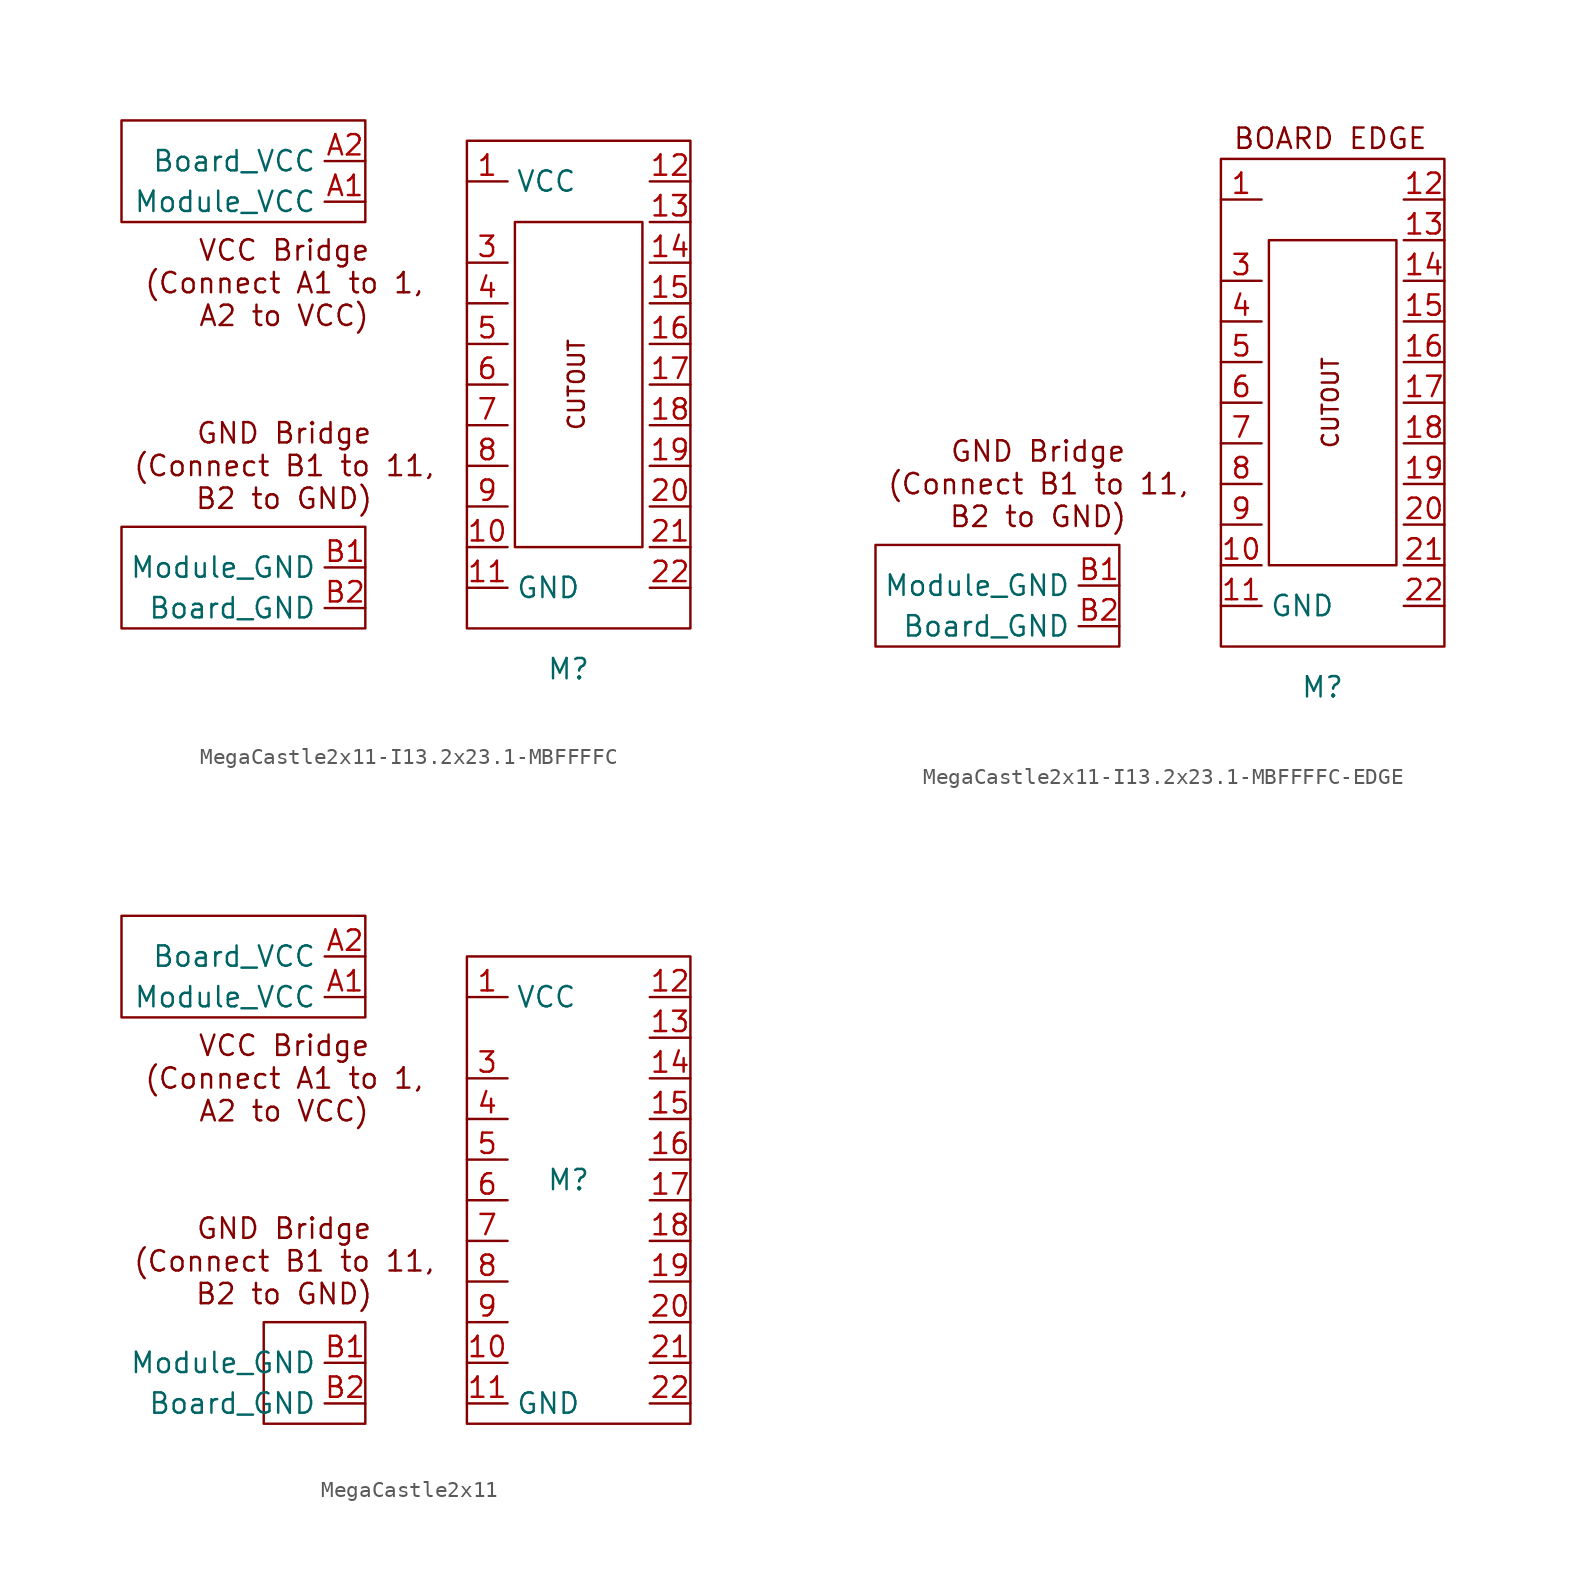
<source format=kicad_sym>
(kicad_symbol_lib
  (version 20231120)
  (generator "kicad_symbol_editor")
  (generator_version "8.0")
  (symbol "MegaCastle2x11-I13.2x23.1-MBFFFFC"
    (property "Reference" "M"
      (at 0 -17.78 0)
      (effects (font (size 1.27 1.27))))
    (property "Value" ""
      (at 0 5.08 0)
      (effects (font (size 1.27 1.27))))
    (symbol "MegaCastle2x11-I13.2x23.1-MBFFFFC_0_1"
      (rectangle (start -27.94 -8.89) (end -12.7 -15.24) (stroke (width 0) (type default)) (fill (type none)))
      (rectangle (start -27.94 16.51) (end -12.7 10.16) (stroke (width 0) (type default)) (fill (type none)))
      (rectangle (start -6.35 15.24) (end 7.62 -15.24) (stroke (width 0) (type default)) (fill (type none)))
      (rectangle (start -3.35 10.16) (end 4.62 -10.16) (stroke (width 0) (type default)) (fill (type none))))
    (symbol "MegaCastle2x11-I13.2x23.1-MBFFFFC_1_1"
      (text "CUTOUT" (at 0.5 0 900) (effects (font (size 1 1))))
      (text "GND Bridge\n(Connect B1 to 11,\nB2 to GND)" (at -17.78 -5.08 0) (effects (font (size 1.27 1.27))))
      (text "VCC Bridge\n(Connect A1 to 1,\nA2 to VCC)" (at -17.78 6.35 0) (effects (font (size 1.27 1.27))))
      (pin bidirectional line (at -6.35 12.7 0) (length 2.54) (name "VCC" (effects (font (size 1.27 1.27)))) (number "1" (effects (font (size 1.27 1.27)))))
      (pin bidirectional line (at -6.35 -10.16 0) (length 2.54) (name "" (effects (font (size 1.27 1.27)))) (number "10" (effects (font (size 1.27 1.27)))))
      (pin bidirectional line (at -6.35 -12.7 0) (length 2.54) (name "GND" (effects (font (size 1.27 1.27)))) (number "11" (effects (font (size 1.27 1.27)))))
      (pin bidirectional line (at 7.62 12.7 180) (length 2.54) (name "" (effects (font (size 1.27 1.27)))) (number "12" (effects (font (size 1.27 1.27)))))
      (pin bidirectional line (at 7.62 10.16 180) (length 2.54) (name "" (effects (font (size 1.27 1.27)))) (number "13" (effects (font (size 1.27 1.27)))))
      (pin bidirectional line (at 7.62 7.62 180) (length 2.54) (name "" (effects (font (size 1.27 1.27)))) (number "14" (effects (font (size 1.27 1.27)))))
      (pin bidirectional line (at 7.62 5.08 180) (length 2.54) (name "" (effects (font (size 1.27 1.27)))) (number "15" (effects (font (size 1.27 1.27)))))
      (pin bidirectional line (at 7.62 2.54 180) (length 2.54) (name "" (effects (font (size 1.27 1.27)))) (number "16" (effects (font (size 1.27 1.27)))))
      (pin bidirectional line (at 7.62 0 180) (length 2.54) (name "" (effects (font (size 1.27 1.27)))) (number "17" (effects (font (size 1.27 1.27)))))
      (pin bidirectional line (at 7.62 -2.54 180) (length 2.54) (name "" (effects (font (size 1.27 1.27)))) (number "18" (effects (font (size 1.27 1.27)))))
      (pin bidirectional line (at 7.62 -5.08 180) (length 2.54) (name "" (effects (font (size 1.27 1.27)))) (number "19" (effects (font (size 1.27 1.27)))))
      (pin bidirectional line (at 7.62 -7.62 180) (length 2.54) (name "" (effects (font (size 1.27 1.27)))) (number "20" (effects (font (size 1.27 1.27)))))
      (pin bidirectional line (at 7.62 -10.16 180) (length 2.54) (name "" (effects (font (size 1.27 1.27)))) (number "21" (effects (font (size 1.27 1.27)))))
      (pin bidirectional line (at 7.62 -12.7 180) (length 2.54) (name "" (effects (font (size 1.27 1.27)))) (number "22" (effects (font (size 1.27 1.27)))))
      (pin bidirectional line (at -6.35 7.62 0) (length 2.54) (name "" (effects (font (size 1.27 1.27)))) (number "3" (effects (font (size 1.27 1.27)))))
      (pin bidirectional line (at -6.35 5.08 0) (length 2.54) (name "" (effects (font (size 1.27 1.27)))) (number "4" (effects (font (size 1.27 1.27)))))
      (pin bidirectional line (at -6.35 2.54 0) (length 2.54) (name "" (effects (font (size 1.27 1.27)))) (number "5" (effects (font (size 1.27 1.27)))))
      (pin bidirectional line (at -6.35 0 0) (length 2.54) (name "" (effects (font (size 1.27 1.27)))) (number "6" (effects (font (size 1.27 1.27)))))
      (pin bidirectional line (at -6.35 -2.54 0) (length 2.54) (name "" (effects (font (size 1.27 1.27)))) (number "7" (effects (font (size 1.27 1.27)))))
      (pin bidirectional line (at -6.35 -5.08 0) (length 2.54) (name "" (effects (font (size 1.27 1.27)))) (number "8" (effects (font (size 1.27 1.27)))))
      (pin bidirectional line (at -6.35 -7.62 0) (length 2.54) (name "" (effects (font (size 1.27 1.27)))) (number "9" (effects (font (size 1.27 1.27)))))
      (pin bidirectional line (at -12.7 11.43 180) (length 2.54) (name "Module_VCC" (effects (font (size 1.27 1.27)))) (number "A1" (effects (font (size 1.27 1.27)))))
      (pin bidirectional line (at -12.7 13.97 180) (length 2.54) (name "Board_VCC" (effects (font (size 1.27 1.27)))) (number "A2" (effects (font (size 1.27 1.27)))))
      (pin bidirectional line (at -12.7 -11.43 180) (length 2.54) (name "Module_GND" (effects (font (size 1.27 1.27)))) (number "B1" (effects (font (size 1.27 1.27)))))
      (pin bidirectional line (at -12.7 -13.97 180) (length 2.54) (name "Board_GND" (effects (font (size 1.27 1.27)))) (number "B2" (effects (font (size 1.27 1.27)))))))
  (symbol "MegaCastle2x11-I13.2x23.1-MBFFFFC-EDGE"
    (property "Reference" "M"
      (at 0 -17.78 0)
      (effects (font (size 1.27 1.27))))
    (property "Value" ""
      (at 0 5.08 0)
      (effects (font (size 1.27 1.27))))
    (symbol "MegaCastle2x11-I13.2x23.1-MBFFFFC-EDGE_0_1"
      (rectangle (start -27.94 -8.89) (end -12.7 -15.24) (stroke (width 0) (type default)) (fill (type none)))
      (rectangle (start -6.35 15.24) (end 7.62 -15.24) (stroke (width 0) (type default)) (fill (type none)))
      (rectangle (start -3.35 10.16) (end 4.62 -10.16) (stroke (width 0) (type default)) (fill (type none))))
    (symbol "MegaCastle2x11-I13.2x23.1-MBFFFFC-EDGE_1_1"
      (text " BOARD EDGE" (at 0 16.51 0) (effects (font (size 1.27 1.27))))
      (text "CUTOUT" (at 0.5 0 900) (effects (font (size 1 1))))
      (text "GND Bridge\n(Connect B1 to 11,\nB2 to GND)" (at -17.78 -5.08 0) (effects (font (size 1.27 1.27))))
      (pin bidirectional line (at -6.35 12.7 0) (length 2.54) (name "" (effects (font (size 1.27 1.27)))) (number "1" (effects (font (size 1.27 1.27)))))
      (pin bidirectional line (at -6.35 -10.16 0) (length 2.54) (name "" (effects (font (size 1.27 1.27)))) (number "10" (effects (font (size 1.27 1.27)))))
      (pin bidirectional line (at -6.35 -12.7 0) (length 2.54) (name "GND" (effects (font (size 1.27 1.27)))) (number "11" (effects (font (size 1.27 1.27)))))
      (pin bidirectional line (at 7.62 12.7 180) (length 2.54) (name "" (effects (font (size 1.27 1.27)))) (number "12" (effects (font (size 1.27 1.27)))))
      (pin bidirectional line (at 7.62 10.16 180) (length 2.54) (name "" (effects (font (size 1.27 1.27)))) (number "13" (effects (font (size 1.27 1.27)))))
      (pin bidirectional line (at 7.62 7.62 180) (length 2.54) (name "" (effects (font (size 1.27 1.27)))) (number "14" (effects (font (size 1.27 1.27)))))
      (pin bidirectional line (at 7.62 5.08 180) (length 2.54) (name "" (effects (font (size 1.27 1.27)))) (number "15" (effects (font (size 1.27 1.27)))))
      (pin bidirectional line (at 7.62 2.54 180) (length 2.54) (name "" (effects (font (size 1.27 1.27)))) (number "16" (effects (font (size 1.27 1.27)))))
      (pin bidirectional line (at 7.62 0 180) (length 2.54) (name "" (effects (font (size 1.27 1.27)))) (number "17" (effects (font (size 1.27 1.27)))))
      (pin bidirectional line (at 7.62 -2.54 180) (length 2.54) (name "" (effects (font (size 1.27 1.27)))) (number "18" (effects (font (size 1.27 1.27)))))
      (pin bidirectional line (at 7.62 -5.08 180) (length 2.54) (name "" (effects (font (size 1.27 1.27)))) (number "19" (effects (font (size 1.27 1.27)))))
      (pin bidirectional line (at 7.62 -7.62 180) (length 2.54) (name "" (effects (font (size 1.27 1.27)))) (number "20" (effects (font (size 1.27 1.27)))))
      (pin bidirectional line (at 7.62 -10.16 180) (length 2.54) (name "" (effects (font (size 1.27 1.27)))) (number "21" (effects (font (size 1.27 1.27)))))
      (pin bidirectional line (at 7.62 -12.7 180) (length 2.54) (name "" (effects (font (size 1.27 1.27)))) (number "22" (effects (font (size 1.27 1.27)))))
      (pin bidirectional line (at -6.35 7.62 0) (length 2.54) (name "" (effects (font (size 1.27 1.27)))) (number "3" (effects (font (size 1.27 1.27)))))
      (pin bidirectional line (at -6.35 5.08 0) (length 2.54) (name "" (effects (font (size 1.27 1.27)))) (number "4" (effects (font (size 1.27 1.27)))))
      (pin bidirectional line (at -6.35 2.54 0) (length 2.54) (name "" (effects (font (size 1.27 1.27)))) (number "5" (effects (font (size 1.27 1.27)))))
      (pin bidirectional line (at -6.35 0 0) (length 2.54) (name "" (effects (font (size 1.27 1.27)))) (number "6" (effects (font (size 1.27 1.27)))))
      (pin bidirectional line (at -6.35 -2.54 0) (length 2.54) (name "" (effects (font (size 1.27 1.27)))) (number "7" (effects (font (size 1.27 1.27)))))
      (pin bidirectional line (at -6.35 -5.08 0) (length 2.54) (name "" (effects (font (size 1.27 1.27)))) (number "8" (effects (font (size 1.27 1.27)))))
      (pin bidirectional line (at -6.35 -7.62 0) (length 2.54) (name "" (effects (font (size 1.27 1.27)))) (number "9" (effects (font (size 1.27 1.27)))))
      (pin bidirectional line (at -12.7 -11.43 180) (length 2.54) (name "Module_GND" (effects (font (size 1.27 1.27)))) (number "B1" (effects (font (size 1.27 1.27)))))
      (pin bidirectional line (at -12.7 -13.97 180) (length 2.54) (name "Board_GND" (effects (font (size 1.27 1.27)))) (number "B2" (effects (font (size 1.27 1.27)))))))
  (symbol "MegaCastle2x11"
    (property "Reference" "M"
      (at 0 0 0)
      (effects (font (size 1.27 1.27))))
    (property "Value" ""
      (at 0 5.08 0)
      (effects (font (size 1.27 1.27))))
    (symbol "MegaCastle2x11_0_1"
      (rectangle (start -27.94 16.51) (end -12.7 10.16) (stroke (width 0) (type default)) (fill (type none)))
      (rectangle (start -19.05 -8.89) (end -12.7 -15.24) (stroke (width 0) (type default)) (fill (type none)))
      (rectangle (start -6.35 13.97) (end 7.62 -15.24) (stroke (width 0) (type default)) (fill (type none))))
    (symbol "MegaCastle2x11_1_1"
      (text "GND Bridge\n(Connect B1 to 11,\nB2 to GND)" (at -17.78 -5.08 0) (effects (font (size 1.27 1.27))))
      (text "VCC Bridge\n(Connect A1 to 1,\nA2 to VCC)" (at -17.78 6.35 0) (effects (font (size 1.27 1.27))))
      (pin bidirectional line (at -6.35 11.43 0) (length 2.54) (name "VCC" (effects (font (size 1.27 1.27)))) (number "1" (effects (font (size 1.27 1.27)))))
      (pin bidirectional line (at -6.35 -11.43 0) (length 2.54) (name "" (effects (font (size 1.27 1.27)))) (number "10" (effects (font (size 1.27 1.27)))))
      (pin bidirectional line (at -6.35 -13.97 0) (length 2.54) (name "GND" (effects (font (size 1.27 1.27)))) (number "11" (effects (font (size 1.27 1.27)))))
      (pin bidirectional line (at 7.62 11.43 180) (length 2.54) (name "" (effects (font (size 1.27 1.27)))) (number "12" (effects (font (size 1.27 1.27)))))
      (pin bidirectional line (at 7.62 8.89 180) (length 2.54) (name "" (effects (font (size 1.27 1.27)))) (number "13" (effects (font (size 1.27 1.27)))))
      (pin bidirectional line (at 7.62 6.35 180) (length 2.54) (name "" (effects (font (size 1.27 1.27)))) (number "14" (effects (font (size 1.27 1.27)))))
      (pin bidirectional line (at 7.62 3.81 180) (length 2.54) (name "" (effects (font (size 1.27 1.27)))) (number "15" (effects (font (size 1.27 1.27)))))
      (pin bidirectional line (at 7.62 1.27 180) (length 2.54) (name "" (effects (font (size 1.27 1.27)))) (number "16" (effects (font (size 1.27 1.27)))))
      (pin bidirectional line (at 7.62 -1.27 180) (length 2.54) (name "" (effects (font (size 1.27 1.27)))) (number "17" (effects (font (size 1.27 1.27)))))
      (pin bidirectional line (at 7.62 -3.81 180) (length 2.54) (name "" (effects (font (size 1.27 1.27)))) (number "18" (effects (font (size 1.27 1.27)))))
      (pin bidirectional line (at 7.62 -6.35 180) (length 2.54) (name "" (effects (font (size 1.27 1.27)))) (number "19" (effects (font (size 1.27 1.27)))))
      (pin bidirectional line (at 7.62 -8.89 180) (length 2.54) (name "" (effects (font (size 1.27 1.27)))) (number "20" (effects (font (size 1.27 1.27)))))
      (pin bidirectional line (at 7.62 -11.43 180) (length 2.54) (name "" (effects (font (size 1.27 1.27)))) (number "21" (effects (font (size 1.27 1.27)))))
      (pin bidirectional line (at 7.62 -13.97 180) (length 2.54) (name "" (effects (font (size 1.27 1.27)))) (number "22" (effects (font (size 1.27 1.27)))))
      (pin bidirectional line (at -6.35 6.35 0) (length 2.54) (name "" (effects (font (size 1.27 1.27)))) (number "3" (effects (font (size 1.27 1.27)))))
      (pin bidirectional line (at -6.35 3.81 0) (length 2.54) (name "" (effects (font (size 1.27 1.27)))) (number "4" (effects (font (size 1.27 1.27)))))
      (pin bidirectional line (at -6.35 1.27 0) (length 2.54) (name "" (effects (font (size 1.27 1.27)))) (number "5" (effects (font (size 1.27 1.27)))))
      (pin bidirectional line (at -6.35 -1.27 0) (length 2.54) (name "" (effects (font (size 1.27 1.27)))) (number "6" (effects (font (size 1.27 1.27)))))
      (pin bidirectional line (at -6.35 -3.81 0) (length 2.54) (name "" (effects (font (size 1.27 1.27)))) (number "7" (effects (font (size 1.27 1.27)))))
      (pin bidirectional line (at -6.35 -6.35 0) (length 2.54) (name "" (effects (font (size 1.27 1.27)))) (number "8" (effects (font (size 1.27 1.27)))))
      (pin bidirectional line (at -6.35 -8.89 0) (length 2.54) (name "" (effects (font (size 1.27 1.27)))) (number "9" (effects (font (size 1.27 1.27)))))
      (pin bidirectional line (at -12.7 11.43 180) (length 2.54) (name "Module_VCC" (effects (font (size 1.27 1.27)))) (number "A1" (effects (font (size 1.27 1.27)))))
      (pin bidirectional line (at -12.7 13.97 180) (length 2.54) (name "Board_VCC" (effects (font (size 1.27 1.27)))) (number "A2" (effects (font (size 1.27 1.27)))))
      (pin bidirectional line (at -12.7 -11.43 180) (length 2.54) (name "Module_GND" (effects (font (size 1.27 1.27)))) (number "B1" (effects (font (size 1.27 1.27)))))
      (pin bidirectional line (at -12.7 -13.97 180) (length 2.54) (name "Board_GND" (effects (font (size 1.27 1.27)))) (number "B2" (effects (font (size 1.27 1.27))))))))
</source>
